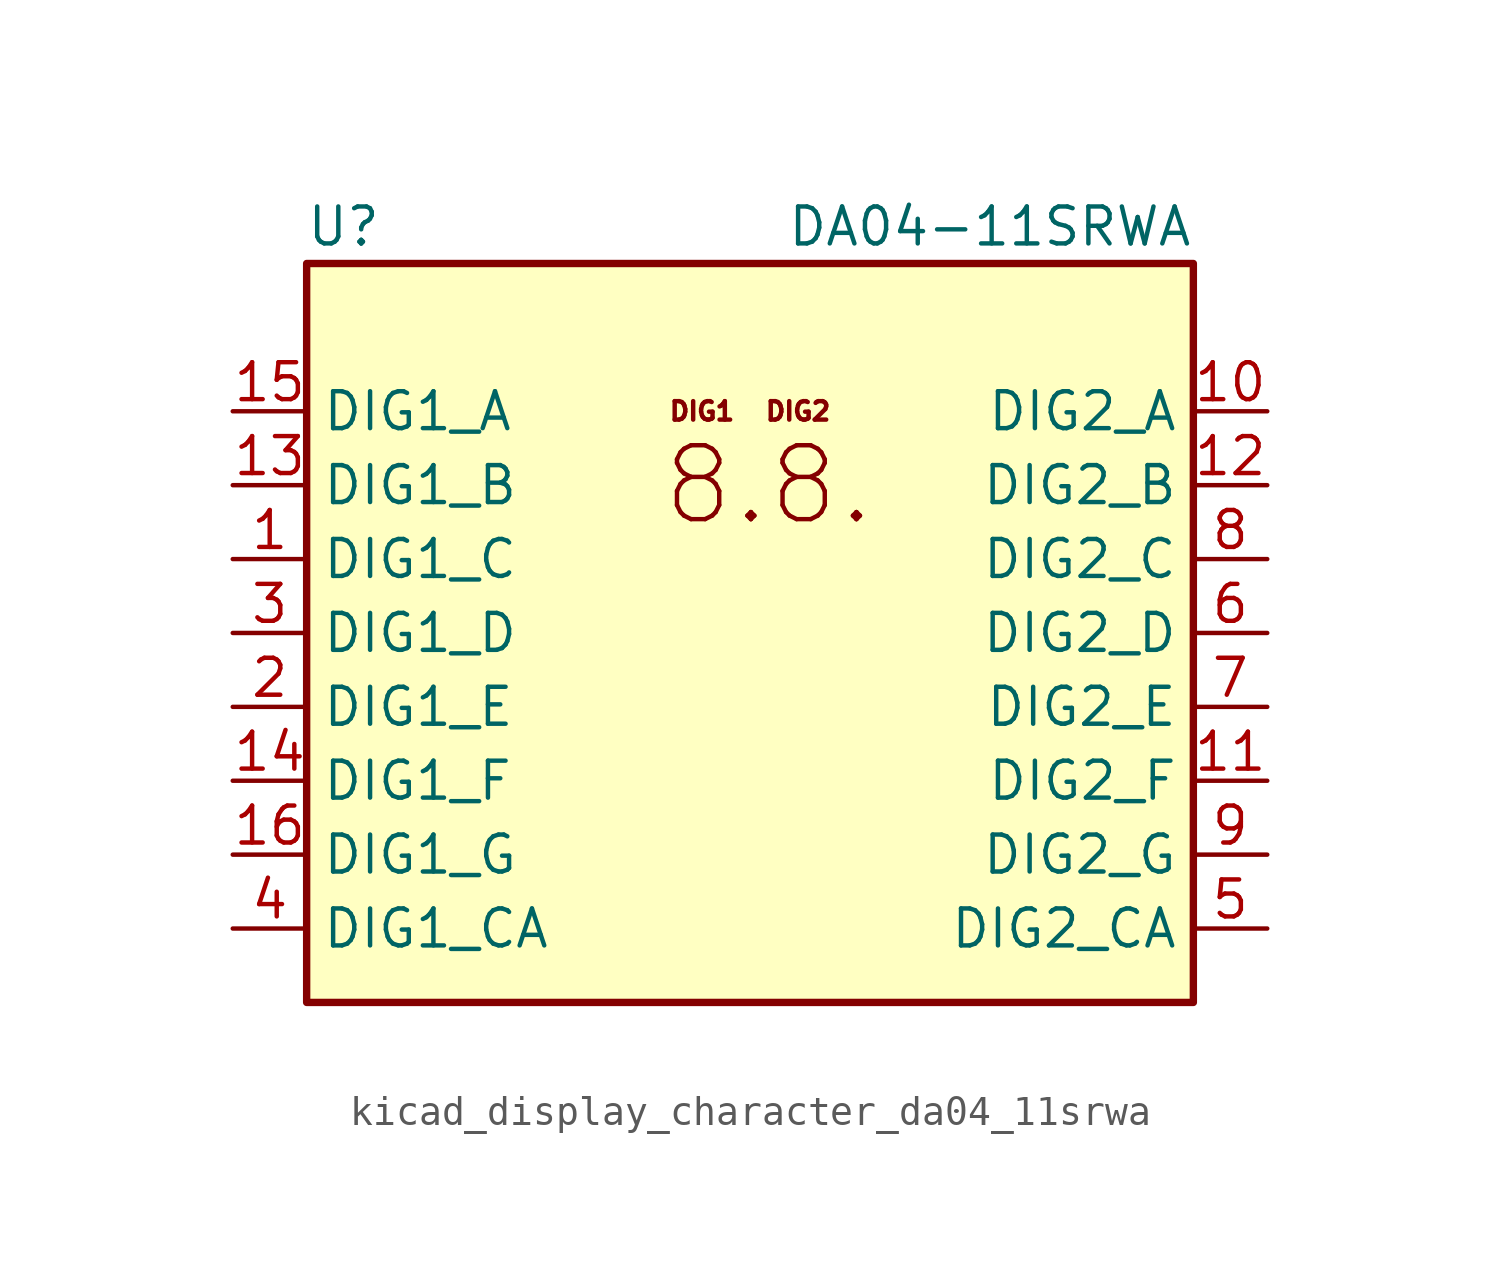
<source format=kicad_sym>
(kicad_symbol_lib
  (version 20220914)
  (generator kicad_symbol_editor)
  (symbol "kicad_display_character_da04_11srwa"
    (property "Reference" "U"
      (at -13.97 13.97 0)
      (effects (font (size 1.27 1.27))))
    (property "Value" "DA04-11SRWA"
      (at 15.24 13.97 0)
      (effects (font (size 1.27 1.27)) (justify right)))
    (symbol "kicad_display_character_da04_11srwa_0_0"
      (text "8.8." (at 0.635 5.08 0) (effects (font (size 2.54 2.54))))
      (text "DIG1" (at -1.651 7.62 0) (effects (font (size 0.635 0.635))))
      (text "DIG2" (at 1.651 7.62 0) (effects (font (size 0.635 0.635)))))
    (symbol "kicad_display_character_da04_11srwa_0_1"
      (rectangle (start -15.24 12.7) (end 15.24 -12.7) (stroke (width 0.254) (type default)) (fill (type background))))
    (symbol "kicad_display_character_da04_11srwa_1_1"
      (pin input line (at -17.78 2.54 0) (length 2.54) (name "DIG1_C" (effects (font (size 1.27 1.27)))) (number "1" (effects (font (size 1.27 1.27)))))
      (pin input line (at 17.78 7.62 180) (length 2.54) (name "DIG2_A" (effects (font (size 1.27 1.27)))) (number "10" (effects (font (size 1.27 1.27)))))
      (pin input line (at 17.78 -5.08 180) (length 2.54) (name "DIG2_F" (effects (font (size 1.27 1.27)))) (number "11" (effects (font (size 1.27 1.27)))))
      (pin input line (at 17.78 5.08 180) (length 2.54) (name "DIG2_B" (effects (font (size 1.27 1.27)))) (number "12" (effects (font (size 1.27 1.27)))))
      (pin input line (at -17.78 5.08 0) (length 2.54) (name "DIG1_B" (effects (font (size 1.27 1.27)))) (number "13" (effects (font (size 1.27 1.27)))))
      (pin input line (at -17.78 -5.08 0) (length 2.54) (name "DIG1_F" (effects (font (size 1.27 1.27)))) (number "14" (effects (font (size 1.27 1.27)))))
      (pin input line (at -17.78 7.62 0) (length 2.54) (name "DIG1_A" (effects (font (size 1.27 1.27)))) (number "15" (effects (font (size 1.27 1.27)))))
      (pin input line (at -17.78 -7.62 0) (length 2.54) (name "DIG1_G" (effects (font (size 1.27 1.27)))) (number "16" (effects (font (size 1.27 1.27)))))
      (pin input line (at -17.78 -2.54 0) (length 2.54) (name "DIG1_E" (effects (font (size 1.27 1.27)))) (number "2" (effects (font (size 1.27 1.27)))))
      (pin input line (at -17.78 0 0) (length 2.54) (name "DIG1_D" (effects (font (size 1.27 1.27)))) (number "3" (effects (font (size 1.27 1.27)))))
      (pin input line (at -17.78 -10.16 0) (length 2.54) (name "DIG1_CA" (effects (font (size 1.27 1.27)))) (number "4" (effects (font (size 1.27 1.27)))))
      (pin input line (at 17.78 -10.16 180) (length 2.54) (name "DIG2_CA" (effects (font (size 1.27 1.27)))) (number "5" (effects (font (size 1.27 1.27)))))
      (pin input line (at 17.78 0 180) (length 2.54) (name "DIG2_D" (effects (font (size 1.27 1.27)))) (number "6" (effects (font (size 1.27 1.27)))))
      (pin input line (at 17.78 -2.54 180) (length 2.54) (name "DIG2_E" (effects (font (size 1.27 1.27)))) (number "7" (effects (font (size 1.27 1.27)))))
      (pin input line (at 17.78 2.54 180) (length 2.54) (name "DIG2_C" (effects (font (size 1.27 1.27)))) (number "8" (effects (font (size 1.27 1.27)))))
      (pin input line (at 17.78 -7.62 180) (length 2.54) (name "DIG2_G" (effects (font (size 1.27 1.27)))) (number "9" (effects (font (size 1.27 1.27))))))))
</source>
